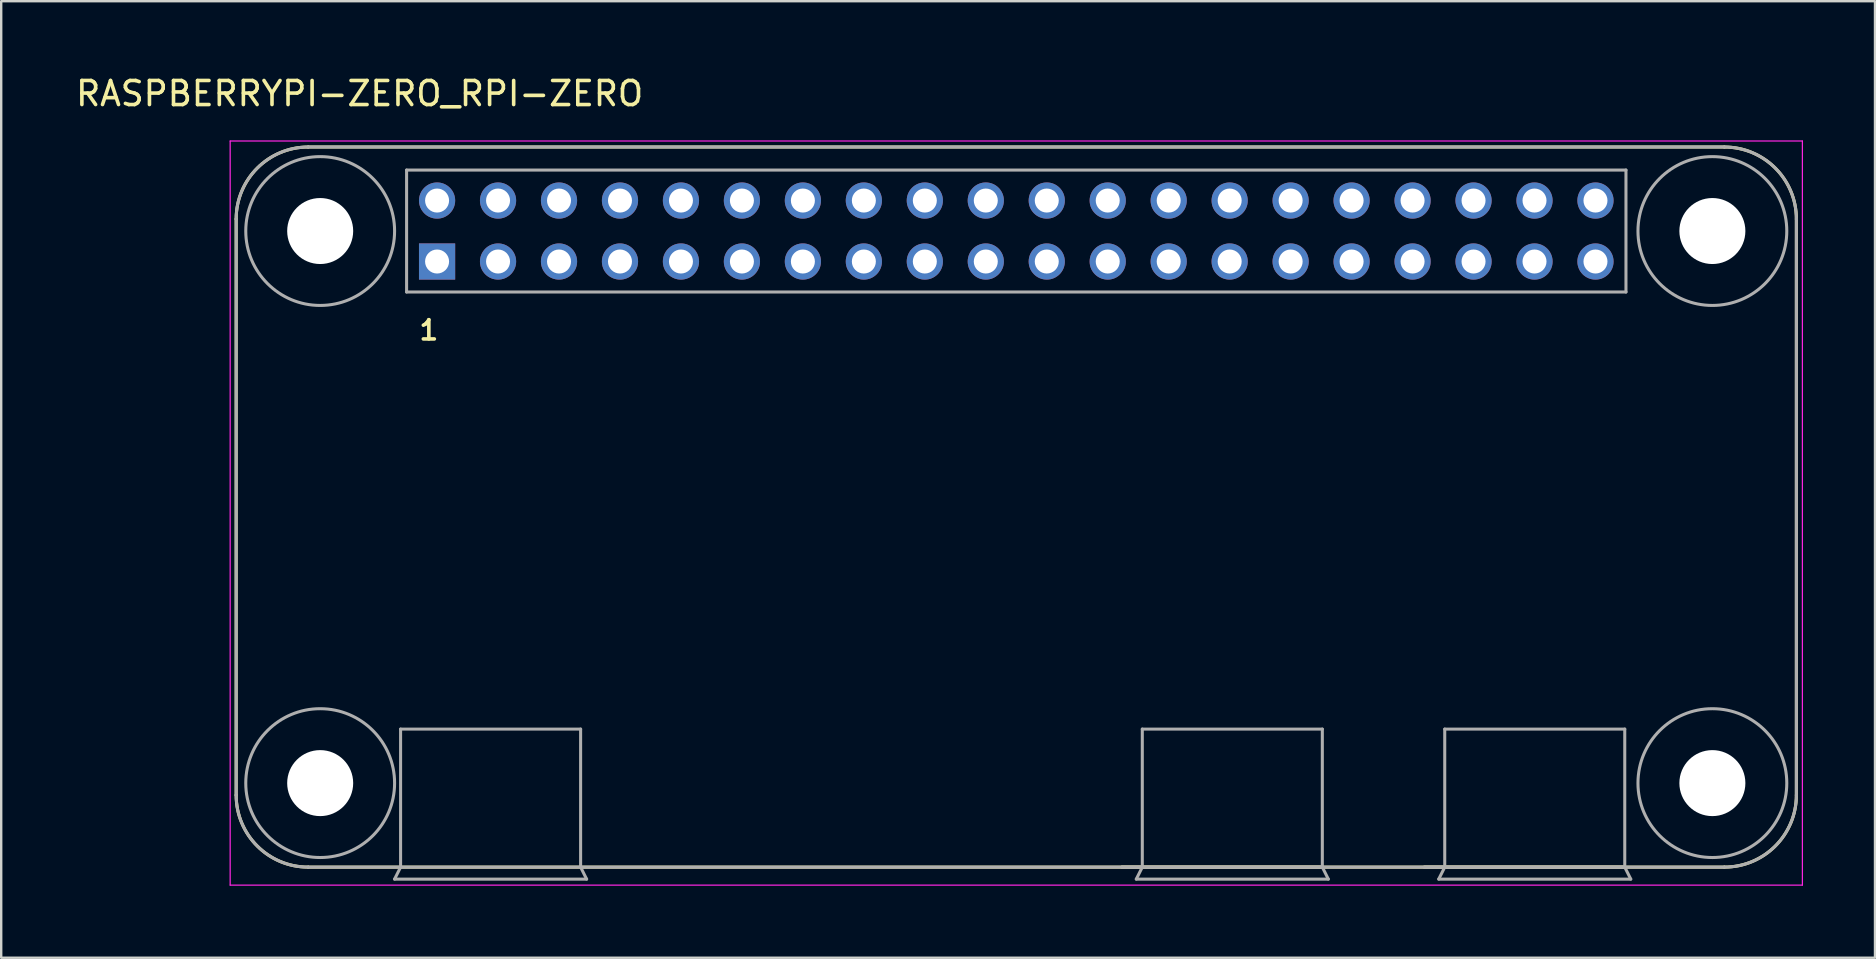
<source format=kicad_pcb>
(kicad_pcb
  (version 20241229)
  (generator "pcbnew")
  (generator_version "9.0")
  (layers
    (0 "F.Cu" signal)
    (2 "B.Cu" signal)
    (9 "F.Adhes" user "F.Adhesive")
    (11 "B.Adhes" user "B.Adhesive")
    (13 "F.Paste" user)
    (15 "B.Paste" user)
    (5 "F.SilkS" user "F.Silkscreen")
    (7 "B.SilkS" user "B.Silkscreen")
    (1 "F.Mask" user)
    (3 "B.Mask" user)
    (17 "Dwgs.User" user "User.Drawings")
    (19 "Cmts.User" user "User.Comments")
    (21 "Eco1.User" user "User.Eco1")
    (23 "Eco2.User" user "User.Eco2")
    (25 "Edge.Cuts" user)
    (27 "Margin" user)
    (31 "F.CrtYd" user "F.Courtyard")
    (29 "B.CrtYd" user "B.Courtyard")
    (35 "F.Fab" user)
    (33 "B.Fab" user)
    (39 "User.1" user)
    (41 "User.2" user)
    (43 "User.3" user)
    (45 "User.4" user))
  (footprint "RASPBERRYPI-ZERO_RPI-ZERO"
    (layer "F.Cu")
    (at 39.289 6.575)
    (property "Reference" "RASPBERRYPI-ZERO_RPI-ZERO" (at -27.357 -5.726 0) (layer "F.SilkS") (effects (font (size 1.002 1.002) (thickness 0.15))))
    (attr through_hole)
    (fp_line (start -32.5 -0.5) (end -32.5 23.5) (stroke (width 0.127) (type solid)) (layer "F.SilkS"))
    (fp_line (start -29.5 26.5) (end 29.5 26.5) (stroke (width 0.127) (type solid)) (layer "F.SilkS"))
    (fp_line (start 4.4 26.5) (end 12.75 26.5) (stroke (width 0.127) (type solid)) (layer "F.SilkS"))
    (fp_line (start 17 26.5) (end 25.35 26.5) (stroke (width 0.127) (type solid)) (layer "F.SilkS"))
    (fp_line (start 29.5 -3.5) (end -29.5 -3.5) (stroke (width 0.127) (type solid)) (layer "F.SilkS"))
    (fp_line (start 32.5 23.5) (end 32.5 -0.5) (stroke (width 0.127) (type solid)) (layer "F.SilkS"))
    (fp_arc (start -32.5 -0.5) (mid -31.62132 -2.62132) (end -29.5 -3.5) (stroke (width 0.127) (type solid)) (layer "F.SilkS"))
    (fp_arc (start -29.5 26.5) (mid -31.62132 25.62132) (end -32.5 23.5) (stroke (width 0.127) (type solid)) (layer "F.SilkS"))
    (fp_arc (start 29.5 -3.5) (mid 31.62132 -2.62132) (end 32.5 -0.5) (stroke (width 0.127) (type solid)) (layer "F.SilkS"))
    (fp_arc (start 32.5 23.5) (mid 31.62132 25.62132) (end 29.5 26.5) (stroke (width 0.127) (type solid)) (layer "F.SilkS"))
    (fp_line (start -32.75 -3.75) (end 32.75 -3.75) (stroke (width 0.05) (type solid)) (layer "F.CrtYd"))
    (fp_line (start -32.75 27.25) (end -32.75 -3.75) (stroke (width 0.05) (type solid)) (layer "F.CrtYd"))
    (fp_line (start 32.75 -3.75) (end 32.75 27.25) (stroke (width 0.05) (type solid)) (layer "F.CrtYd"))
    (fp_line (start 32.75 27.25) (end -32.75 27.25) (stroke (width 0.05) (type solid)) (layer "F.CrtYd"))
    (fp_line (start -32.5 -0.5) (end -32.5 23.5) (stroke (width 0.127) (type solid)) (layer "F.Fab"))
    (fp_line (start -29.5 26.5) (end -25.65 26.5) (stroke (width 0.127) (type solid)) (layer "F.Fab"))
    (fp_line (start -25.9 27) (end -17.9 27) (stroke (width 0.127) (type solid)) (layer "F.Fab"))
    (fp_line (start -25.65 20.75) (end -18.15 20.75) (stroke (width 0.127) (type solid)) (layer "F.Fab"))
    (fp_line (start -25.65 26.5) (end -25.9 27) (stroke (width 0.127) (type solid)) (layer "F.Fab"))
    (fp_line (start -25.65 26.5) (end -25.65 20.75) (stroke (width 0.127) (type solid)) (layer "F.Fab"))
    (fp_line (start -25.65 26.5) (end -18.15 26.5) (stroke (width 0.127) (type solid)) (layer "F.Fab"))
    (fp_line (start -25.4 -2.54) (end -25.4 2.54) (stroke (width 0.127) (type solid)) (layer "F.Fab"))
    (fp_line (start -25.4 2.54) (end 25.4 2.54) (stroke (width 0.127) (type solid)) (layer "F.Fab"))
    (fp_line (start -18.15 20.75) (end -18.15 26.5) (stroke (width 0.127) (type solid)) (layer "F.Fab"))
    (fp_line (start -18.15 26.5) (end 29.5 26.5) (stroke (width 0.127) (type solid)) (layer "F.Fab"))
    (fp_line (start -17.9 27) (end -18.15 26.5) (stroke (width 0.127) (type solid)) (layer "F.Fab"))
    (fp_line (start 4.4 26.5) (end 5.25 26.5) (stroke (width 0.127) (type solid)) (layer "F.Fab"))
    (fp_line (start 5 27) (end 13 27) (stroke (width 0.127) (type solid)) (layer "F.Fab"))
    (fp_line (start 5.25 20.75) (end 12.75 20.75) (stroke (width 0.127) (type solid)) (layer "F.Fab"))
    (fp_line (start 5.25 26.5) (end 5 27) (stroke (width 0.127) (type solid)) (layer "F.Fab"))
    (fp_line (start 5.25 26.5) (end 5.25 20.75) (stroke (width 0.127) (type solid)) (layer "F.Fab"))
    (fp_line (start 5.25 26.5) (end 12.75 26.5) (stroke (width 0.127) (type solid)) (layer "F.Fab"))
    (fp_line (start 12.75 20.75) (end 12.75 26.5) (stroke (width 0.127) (type solid)) (layer "F.Fab"))
    (fp_line (start 13 27) (end 12.75 26.5) (stroke (width 0.127) (type solid)) (layer "F.Fab"))
    (fp_line (start 17 26.5) (end 17.85 26.5) (stroke (width 0.127) (type solid)) (layer "F.Fab"))
    (fp_line (start 17.6 27) (end 25.6 27) (stroke (width 0.127) (type solid)) (layer "F.Fab"))
    (fp_line (start 17.85 20.75) (end 25.35 20.75) (stroke (width 0.127) (type solid)) (layer "F.Fab"))
    (fp_line (start 17.85 26.5) (end 17.6 27) (stroke (width 0.127) (type solid)) (layer "F.Fab"))
    (fp_line (start 17.85 26.5) (end 17.85 20.75) (stroke (width 0.127) (type solid)) (layer "F.Fab"))
    (fp_line (start 17.85 26.5) (end 25.35 26.5) (stroke (width 0.127) (type solid)) (layer "F.Fab"))
    (fp_line (start 25.35 20.75) (end 25.35 26.5) (stroke (width 0.127) (type solid)) (layer "F.Fab"))
    (fp_line (start 25.4 -2.54) (end -25.4 -2.54) (stroke (width 0.127) (type solid)) (layer "F.Fab"))
    (fp_line (start 25.4 2.54) (end 25.4 -2.54) (stroke (width 0.127) (type solid)) (layer "F.Fab"))
    (fp_line (start 25.6 27) (end 25.35 26.5) (stroke (width 0.127) (type solid)) (layer "F.Fab"))
    (fp_line (start 29.5 -3.5) (end -29.5 -3.5) (stroke (width 0.127) (type solid)) (layer "F.Fab"))
    (fp_line (start 32.5 23.5) (end 32.5 -0.5) (stroke (width 0.127) (type solid)) (layer "F.Fab"))
    (fp_arc (start -32.5 -0.5) (mid -31.62132 -2.62132) (end -29.5 -3.5) (stroke (width 0.127) (type solid)) (layer "F.Fab"))
    (fp_arc (start -29.5 26.5) (mid -31.62132 25.62132) (end -32.5 23.5) (stroke (width 0.127) (type solid)) (layer "F.Fab"))
    (fp_arc (start 29.5 -3.5) (mid 31.62132 -2.62132) (end 32.5 -0.5) (stroke (width 0.127) (type solid)) (layer "F.Fab"))
    (fp_arc (start 32.5 23.5) (mid 31.62132 25.62132) (end 29.5 26.5) (stroke (width 0.127) (type solid)) (layer "F.Fab"))
    (fp_circle (center -29 0) (end -25.9 0) (stroke (width 0.127) (type solid)) (fill no) (layer "F.Fab"))
    (fp_circle (center -29 23) (end -25.9 23) (stroke (width 0.127) (type solid)) (fill no) (layer "F.Fab"))
    (fp_circle (center 29 0) (end 32.1 0) (stroke (width 0.127) (type solid)) (fill no) (layer "F.Fab"))
    (fp_circle (center 29 23) (end 32.1 23) (stroke (width 0.127) (type solid)) (fill no) (layer "F.Fab"))
    (fp_text user "1" (at -24.473 4.132 0) (layer "F.SilkS") (effects (font (size 0.801 0.801) (thickness 0.15))))
    (pad "" np_thru_hole circle (at -29 0) (size 2.75 2.75) (drill 2.75) (layers "*.Cu" "*.Mask"))
    (pad "" np_thru_hole circle (at -29 23) (size 2.75 2.75) (drill 2.75) (layers "*.Cu" "*.Mask"))
    (pad "" np_thru_hole circle (at 29 0) (size 2.75 2.75) (drill 2.75) (layers "*.Cu" "*.Mask"))
    (pad "" np_thru_hole circle (at 29 23) (size 2.75 2.75) (drill 2.75) (layers "*.Cu" "*.Mask"))
    (pad "1" thru_hole rect (at -24.13 1.27) (size 1.508 1.508) (drill 1) (layers "*.Cu" "*.Mask"))
    (pad "2" thru_hole circle (at -24.13 -1.27) (size 1.508 1.508) (drill 1) (layers "*.Cu" "*.Mask"))
    (pad "3" thru_hole circle (at -21.59 1.27) (size 1.508 1.508) (drill 1) (layers "*.Cu" "*.Mask"))
    (pad "4" thru_hole circle (at -21.59 -1.27) (size 1.508 1.508) (drill 1) (layers "*.Cu" "*.Mask"))
    (pad "5" thru_hole circle (at -19.05 1.27) (size 1.508 1.508) (drill 1) (layers "*.Cu" "*.Mask"))
    (pad "6" thru_hole circle (at -19.05 -1.27) (size 1.508 1.508) (drill 1) (layers "*.Cu" "*.Mask"))
    (pad "7" thru_hole circle (at -16.51 1.27) (size 1.508 1.508) (drill 1) (layers "*.Cu" "*.Mask"))
    (pad "8" thru_hole circle (at -16.51 -1.27) (size 1.508 1.508) (drill 1) (layers "*.Cu" "*.Mask"))
    (pad "9" thru_hole circle (at -13.97 1.27) (size 1.508 1.508) (drill 1) (layers "*.Cu" "*.Mask"))
    (pad "10" thru_hole circle (at -13.97 -1.27) (size 1.508 1.508) (drill 1) (layers "*.Cu" "*.Mask"))
    (pad "11" thru_hole circle (at -11.43 1.27) (size 1.508 1.508) (drill 1) (layers "*.Cu" "*.Mask"))
    (pad "12" thru_hole circle (at -11.43 -1.27) (size 1.508 1.508) (drill 1) (layers "*.Cu" "*.Mask"))
    (pad "13" thru_hole circle (at -8.89 1.27) (size 1.508 1.508) (drill 1) (layers "*.Cu" "*.Mask"))
    (pad "14" thru_hole circle (at -8.89 -1.27) (size 1.508 1.508) (drill 1) (layers "*.Cu" "*.Mask"))
    (pad "15" thru_hole circle (at -6.35 1.27) (size 1.508 1.508) (drill 1) (layers "*.Cu" "*.Mask"))
    (pad "16" thru_hole circle (at -6.35 -1.27) (size 1.508 1.508) (drill 1) (layers "*.Cu" "*.Mask"))
    (pad "17" thru_hole circle (at -3.81 1.27) (size 1.508 1.508) (drill 1) (layers "*.Cu" "*.Mask"))
    (pad "18" thru_hole circle (at -3.81 -1.27) (size 1.508 1.508) (drill 1) (layers "*.Cu" "*.Mask"))
    (pad "19" thru_hole circle (at -1.27 1.27) (size 1.508 1.508) (drill 1) (layers "*.Cu" "*.Mask"))
    (pad "20" thru_hole circle (at -1.27 -1.27) (size 1.508 1.508) (drill 1) (layers "*.Cu" "*.Mask"))
    (pad "21" thru_hole circle (at 1.27 1.27) (size 1.508 1.508) (drill 1) (layers "*.Cu" "*.Mask"))
    (pad "22" thru_hole circle (at 1.27 -1.27) (size 1.508 1.508) (drill 1) (layers "*.Cu" "*.Mask"))
    (pad "23" thru_hole circle (at 3.81 1.27) (size 1.508 1.508) (drill 1) (layers "*.Cu" "*.Mask"))
    (pad "24" thru_hole circle (at 3.81 -1.27) (size 1.508 1.508) (drill 1) (layers "*.Cu" "*.Mask"))
    (pad "25" thru_hole circle (at 6.35 1.27) (size 1.508 1.508) (drill 1) (layers "*.Cu" "*.Mask"))
    (pad "26" thru_hole circle (at 6.35 -1.27) (size 1.508 1.508) (drill 1) (layers "*.Cu" "*.Mask"))
    (pad "27" thru_hole circle (at 8.89 1.27) (size 1.508 1.508) (drill 1) (layers "*.Cu" "*.Mask"))
    (pad "28" thru_hole circle (at 8.89 -1.27) (size 1.508 1.508) (drill 1) (layers "*.Cu" "*.Mask"))
    (pad "29" thru_hole circle (at 11.43 1.27) (size 1.508 1.508) (drill 1) (layers "*.Cu" "*.Mask"))
    (pad "30" thru_hole circle (at 11.43 -1.27) (size 1.508 1.508) (drill 1) (layers "*.Cu" "*.Mask"))
    (pad "31" thru_hole circle (at 13.97 1.27) (size 1.508 1.508) (drill 1) (layers "*.Cu" "*.Mask"))
    (pad "32" thru_hole circle (at 13.97 -1.27) (size 1.508 1.508) (drill 1) (layers "*.Cu" "*.Mask"))
    (pad "33" thru_hole circle (at 16.51 1.27) (size 1.508 1.508) (drill 1) (layers "*.Cu" "*.Mask"))
    (pad "34" thru_hole circle (at 16.51 -1.27) (size 1.508 1.508) (drill 1) (layers "*.Cu" "*.Mask"))
    (pad "35" thru_hole circle (at 19.05 1.27) (size 1.508 1.508) (drill 1) (layers "*.Cu" "*.Mask"))
    (pad "36" thru_hole circle (at 19.05 -1.27) (size 1.508 1.508) (drill 1) (layers "*.Cu" "*.Mask"))
    (pad "37" thru_hole circle (at 21.59 1.27) (size 1.508 1.508) (drill 1) (layers "*.Cu" "*.Mask"))
    (pad "38" thru_hole circle (at 21.59 -1.27) (size 1.508 1.508) (drill 1) (layers "*.Cu" "*.Mask"))
    (pad "39" thru_hole circle (at 24.13 1.27) (size 1.508 1.508) (drill 1) (layers "*.Cu" "*.Mask"))
    (pad "40" thru_hole circle (at 24.13 -1.27) (size 1.508 1.508) (drill 1) (layers "*.Cu" "*.Mask")))
  (gr_rect
    (start -3 -3)
    (end 75.064 36.85)
    (stroke (width 0.1) (type default))
    (fill no)
    (layer "Edge.Cuts")))
</source>
